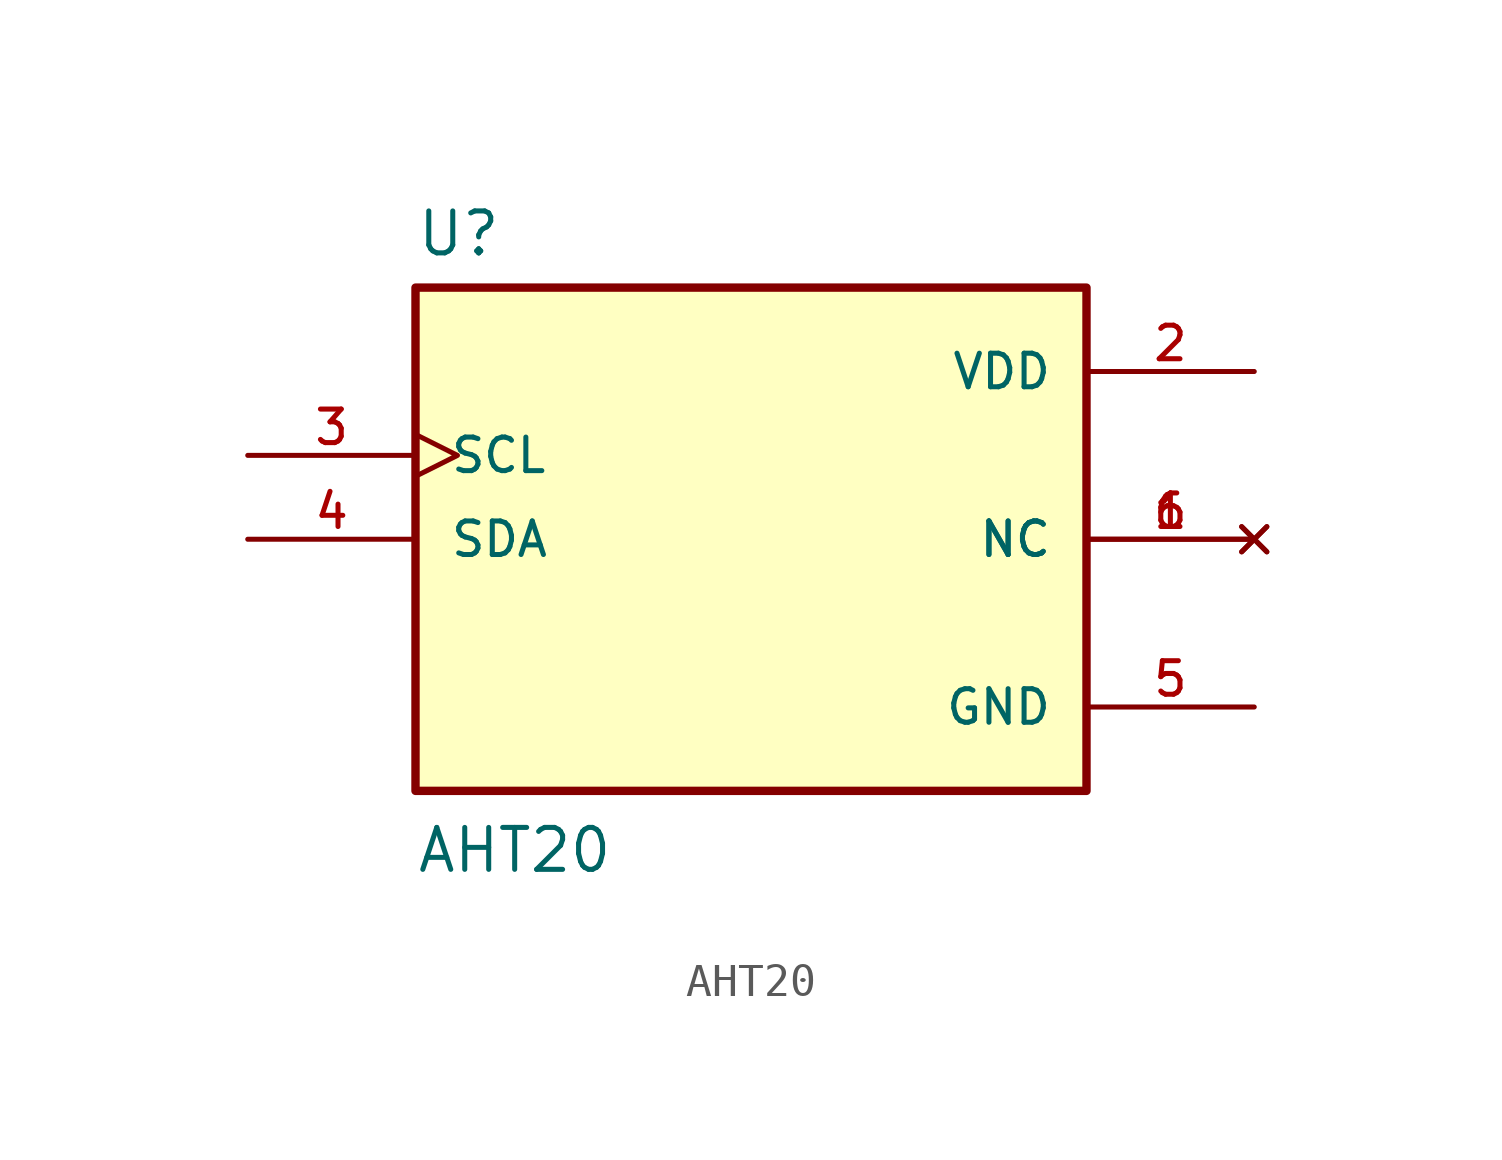
<source format=kicad_sym>
(kicad_symbol_lib
  (version 20211014)
  (generator kicad_symbol_editor)
  (symbol "AHT20"
    (pin_names
      (offset 1.016))
    (property "Reference" "U"
      (at -10.16 8.509 0)
      (effects (font (size 1.27 1.27)) (justify bottom left)))
    (property "Value" "AHT20"
      (at -10.16 -10.16 0)
      (effects (font (size 1.27 1.27)) (justify bottom left)))
    (symbol "AHT20_0_0"
      (rectangle (start -10.16 -7.62) (end 10.16 7.62) (stroke (width 0.254)) (fill (type background)))
      (pin power_in line (at 15.24 5.08 180.0) (length 5.08) (name "VDD" (effects (font (size 1.016 1.016)))) (number "2" (effects (font (size 1.016 1.016)))))
      (pin power_in line (at 15.24 -5.08 180.0) (length 5.08) (name "GND" (effects (font (size 1.016 1.016)))) (number "5" (effects (font (size 1.016 1.016)))))
      (pin no_connect line (at 15.24 0.0 180.0) (length 5.08) (name "NC" (effects (font (size 1.016 1.016)))) (number "1" (effects (font (size 1.016 1.016)))))
      (pin no_connect line (at 15.24 0.0 180.0) (length 5.08) (name "NC" (effects (font (size 1.016 1.016)))) (number "6" (effects (font (size 1.016 1.016)))))
      (pin input clock (at -15.24 2.54 0) (length 5.08) (name "SCL" (effects (font (size 1.016 1.016)))) (number "3" (effects (font (size 1.016 1.016)))))
      (pin bidirectional line (at -15.24 0.0 0) (length 5.08) (name "SDA" (effects (font (size 1.016 1.016)))) (number "4" (effects (font (size 1.016 1.016))))))))
</source>
